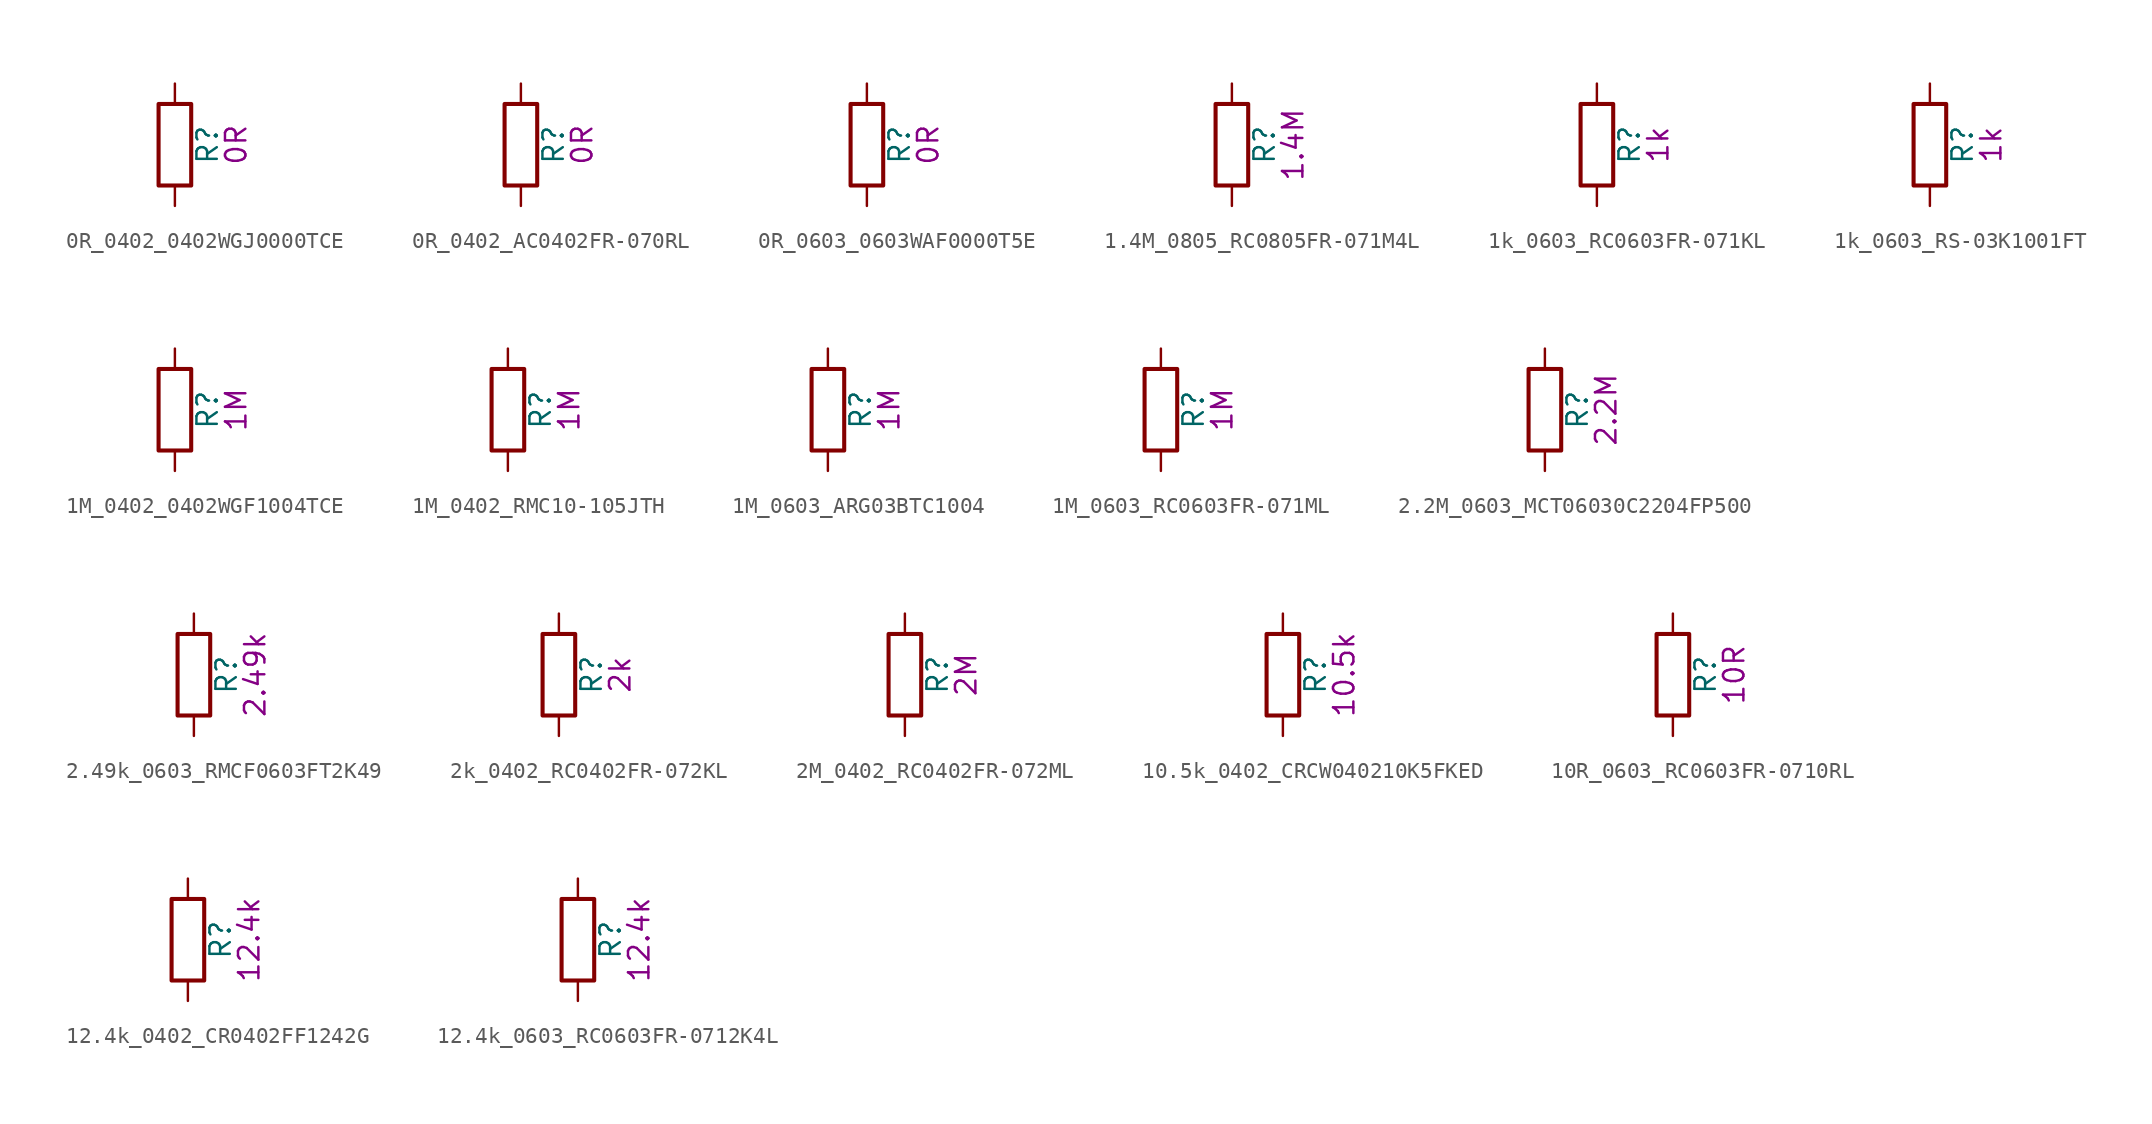
<source format=kicad_sym>
(kicad_symbol_lib
  (version 20231120)
  (generator "kicad_symbol_editor")
  (generator_version "8.0")
  (symbol "0R_0402_0402WGJ0000TCE"
    (pin_numbers hide)
    (pin_names
      (offset 0))
    (property "Reference" "R"
      (at 2.032 0 90)
      (effects (font (size 1.27 1.27))))
    (property "UserValue" "0R"
      (at 3.81 0 90)
      (effects (font (size 1.27 1.27))))
    (symbol "0R_0402_0402WGJ0000TCE_0_1"
      (rectangle (start -1.016 -2.54) (end 1.016 2.54) (stroke (width 0.254) (type default)) (fill (type none))))
    (symbol "0R_0402_0402WGJ0000TCE_1_1"
      (pin passive line (at 0 3.81 270) (length 1.27) (name "~" (effects (font (size 1.27 1.27)))) (number "1" (effects (font (size 1.27 1.27)))))
      (pin passive line (at 0 -3.81 90) (length 1.27) (name "~" (effects (font (size 1.27 1.27)))) (number "2" (effects (font (size 1.27 1.27)))))))
  (symbol "0R_0402_AC0402FR-070RL"
    (pin_numbers hide)
    (pin_names
      (offset 0))
    (property "Reference" "R"
      (at 2.032 0 90)
      (effects (font (size 1.27 1.27))))
    (property "UserValue" "0R"
      (at 3.81 0 90)
      (effects (font (size 1.27 1.27))))
    (symbol "0R_0402_AC0402FR-070RL_0_1"
      (rectangle (start -1.016 -2.54) (end 1.016 2.54) (stroke (width 0.254) (type default)) (fill (type none))))
    (symbol "0R_0402_AC0402FR-070RL_1_1"
      (pin passive line (at 0 3.81 270) (length 1.27) (name "~" (effects (font (size 1.27 1.27)))) (number "1" (effects (font (size 1.27 1.27)))))
      (pin passive line (at 0 -3.81 90) (length 1.27) (name "~" (effects (font (size 1.27 1.27)))) (number "2" (effects (font (size 1.27 1.27)))))))
  (symbol "0R_0603_0603WAF0000T5E"
    (pin_numbers hide)
    (pin_names
      (offset 0))
    (property "Reference" "R"
      (at 2.032 0 90)
      (effects (font (size 1.27 1.27))))
    (property "UserValue" "0R"
      (at 3.81 0 90)
      (effects (font (size 1.27 1.27))))
    (symbol "0R_0603_0603WAF0000T5E_0_1"
      (rectangle (start -1.016 -2.54) (end 1.016 2.54) (stroke (width 0.254) (type default)) (fill (type none))))
    (symbol "0R_0603_0603WAF0000T5E_1_1"
      (pin passive line (at 0 3.81 270) (length 1.27) (name "~" (effects (font (size 1.27 1.27)))) (number "1" (effects (font (size 1.27 1.27)))))
      (pin passive line (at 0 -3.81 90) (length 1.27) (name "~" (effects (font (size 1.27 1.27)))) (number "2" (effects (font (size 1.27 1.27)))))))
  (symbol "1.4M_0805_RC0805FR-071M4L"
    (pin_numbers hide)
    (pin_names
      (offset 0))
    (property "Reference" "R"
      (at 2.032 0 90)
      (effects (font (size 1.27 1.27))))
    (property "UserValue" "1.4M"
      (at 3.81 0 90)
      (effects (font (size 1.27 1.27))))
    (symbol "1.4M_0805_RC0805FR-071M4L_0_1"
      (rectangle (start -1.016 -2.54) (end 1.016 2.54) (stroke (width 0.254) (type default)) (fill (type none))))
    (symbol "1.4M_0805_RC0805FR-071M4L_1_1"
      (pin passive line (at 0 3.81 270) (length 1.27) (name "~" (effects (font (size 1.27 1.27)))) (number "1" (effects (font (size 1.27 1.27)))))
      (pin passive line (at 0 -3.81 90) (length 1.27) (name "~" (effects (font (size 1.27 1.27)))) (number "2" (effects (font (size 1.27 1.27)))))))
  (symbol "1k_0603_RC0603FR-071KL"
    (pin_numbers hide)
    (pin_names
      (offset 0))
    (property "Reference" "R"
      (at 2.032 0 90)
      (effects (font (size 1.27 1.27))))
    (property "UserValue" "1k"
      (at 3.81 0 90)
      (effects (font (size 1.27 1.27))))
    (symbol "1k_0603_RC0603FR-071KL_0_1"
      (rectangle (start -1.016 -2.54) (end 1.016 2.54) (stroke (width 0.254) (type default)) (fill (type none))))
    (symbol "1k_0603_RC0603FR-071KL_1_1"
      (pin passive line (at 0 3.81 270) (length 1.27) (name "~" (effects (font (size 1.27 1.27)))) (number "1" (effects (font (size 1.27 1.27)))))
      (pin passive line (at 0 -3.81 90) (length 1.27) (name "~" (effects (font (size 1.27 1.27)))) (number "2" (effects (font (size 1.27 1.27)))))))
  (symbol "1k_0603_RS-03K1001FT"
    (pin_numbers hide)
    (pin_names
      (offset 0))
    (property "Reference" "R"
      (at 2.032 0 90)
      (effects (font (size 1.27 1.27))))
    (property "UserValue" "1k"
      (at 3.81 0 90)
      (effects (font (size 1.27 1.27))))
    (symbol "1k_0603_RS-03K1001FT_0_1"
      (rectangle (start -1.016 -2.54) (end 1.016 2.54) (stroke (width 0.254) (type default)) (fill (type none))))
    (symbol "1k_0603_RS-03K1001FT_1_1"
      (pin passive line (at 0 3.81 270) (length 1.27) (name "~" (effects (font (size 1.27 1.27)))) (number "1" (effects (font (size 1.27 1.27)))))
      (pin passive line (at 0 -3.81 90) (length 1.27) (name "~" (effects (font (size 1.27 1.27)))) (number "2" (effects (font (size 1.27 1.27)))))))
  (symbol "1M_0402_0402WGF1004TCE"
    (pin_numbers hide)
    (pin_names
      (offset 0))
    (property "Reference" "R"
      (at 2.032 0 90)
      (effects (font (size 1.27 1.27))))
    (property "UserValue" "1M"
      (at 3.81 0 90)
      (effects (font (size 1.27 1.27))))
    (symbol "1M_0402_0402WGF1004TCE_0_1"
      (rectangle (start -1.016 -2.54) (end 1.016 2.54) (stroke (width 0.254) (type default)) (fill (type none))))
    (symbol "1M_0402_0402WGF1004TCE_1_1"
      (pin passive line (at 0 3.81 270) (length 1.27) (name "~" (effects (font (size 1.27 1.27)))) (number "1" (effects (font (size 1.27 1.27)))))
      (pin passive line (at 0 -3.81 90) (length 1.27) (name "~" (effects (font (size 1.27 1.27)))) (number "2" (effects (font (size 1.27 1.27)))))))
  (symbol "1M_0402_RMC10-105JTH"
    (pin_numbers hide)
    (pin_names
      (offset 0))
    (property "Reference" "R"
      (at 2.032 0 90)
      (effects (font (size 1.27 1.27))))
    (property "UserValue" "1M"
      (at 3.81 0 90)
      (effects (font (size 1.27 1.27))))
    (symbol "1M_0402_RMC10-105JTH_0_1"
      (rectangle (start -1.016 -2.54) (end 1.016 2.54) (stroke (width 0.254) (type default)) (fill (type none))))
    (symbol "1M_0402_RMC10-105JTH_1_1"
      (pin passive line (at 0 3.81 270) (length 1.27) (name "~" (effects (font (size 1.27 1.27)))) (number "1" (effects (font (size 1.27 1.27)))))
      (pin passive line (at 0 -3.81 90) (length 1.27) (name "~" (effects (font (size 1.27 1.27)))) (number "2" (effects (font (size 1.27 1.27)))))))
  (symbol "1M_0603_ARG03BTC1004"
    (pin_numbers hide)
    (pin_names
      (offset 0))
    (property "Reference" "R"
      (at 2.032 0 90)
      (effects (font (size 1.27 1.27))))
    (property "UserValue" "1M"
      (at 3.81 0 90)
      (effects (font (size 1.27 1.27))))
    (symbol "1M_0603_ARG03BTC1004_0_1"
      (rectangle (start -1.016 -2.54) (end 1.016 2.54) (stroke (width 0.254) (type default)) (fill (type none))))
    (symbol "1M_0603_ARG03BTC1004_1_1"
      (pin passive line (at 0 3.81 270) (length 1.27) (name "~" (effects (font (size 1.27 1.27)))) (number "1" (effects (font (size 1.27 1.27)))))
      (pin passive line (at 0 -3.81 90) (length 1.27) (name "~" (effects (font (size 1.27 1.27)))) (number "2" (effects (font (size 1.27 1.27)))))))
  (symbol "1M_0603_RC0603FR-071ML"
    (pin_numbers hide)
    (pin_names
      (offset 0))
    (property "Reference" "R"
      (at 2.032 0 90)
      (effects (font (size 1.27 1.27))))
    (property "UserValue" "1M"
      (at 3.81 0 90)
      (effects (font (size 1.27 1.27))))
    (symbol "1M_0603_RC0603FR-071ML_0_1"
      (rectangle (start -1.016 -2.54) (end 1.016 2.54) (stroke (width 0.254) (type default)) (fill (type none))))
    (symbol "1M_0603_RC0603FR-071ML_1_1"
      (pin passive line (at 0 3.81 270) (length 1.27) (name "~" (effects (font (size 1.27 1.27)))) (number "1" (effects (font (size 1.27 1.27)))))
      (pin passive line (at 0 -3.81 90) (length 1.27) (name "~" (effects (font (size 1.27 1.27)))) (number "2" (effects (font (size 1.27 1.27)))))))
  (symbol "2.2M_0603_MCT06030C2204FP500"
    (pin_numbers hide)
    (pin_names
      (offset 0))
    (property "Reference" "R"
      (at 2.032 0 90)
      (effects (font (size 1.27 1.27))))
    (property "UserValue" "2.2M"
      (at 3.81 0 90)
      (effects (font (size 1.27 1.27))))
    (symbol "2.2M_0603_MCT06030C2204FP500_0_1"
      (rectangle (start -1.016 -2.54) (end 1.016 2.54) (stroke (width 0.254) (type default)) (fill (type none))))
    (symbol "2.2M_0603_MCT06030C2204FP500_1_1"
      (pin passive line (at 0 3.81 270) (length 1.27) (name "~" (effects (font (size 1.27 1.27)))) (number "1" (effects (font (size 1.27 1.27)))))
      (pin passive line (at 0 -3.81 90) (length 1.27) (name "~" (effects (font (size 1.27 1.27)))) (number "2" (effects (font (size 1.27 1.27)))))))
  (symbol "2.49k_0603_RMCF0603FT2K49"
    (pin_numbers hide)
    (pin_names
      (offset 0))
    (property "Reference" "R"
      (at 2.032 0 90)
      (effects (font (size 1.27 1.27))))
    (property "UserValue" "2.49k"
      (at 3.81 0 90)
      (effects (font (size 1.27 1.27))))
    (symbol "2.49k_0603_RMCF0603FT2K49_0_1"
      (rectangle (start -1.016 -2.54) (end 1.016 2.54) (stroke (width 0.254) (type default)) (fill (type none))))
    (symbol "2.49k_0603_RMCF0603FT2K49_1_1"
      (pin passive line (at 0 3.81 270) (length 1.27) (name "~" (effects (font (size 1.27 1.27)))) (number "1" (effects (font (size 1.27 1.27)))))
      (pin passive line (at 0 -3.81 90) (length 1.27) (name "~" (effects (font (size 1.27 1.27)))) (number "2" (effects (font (size 1.27 1.27)))))))
  (symbol "2k_0402_RC0402FR-072KL"
    (pin_numbers hide)
    (pin_names
      (offset 0))
    (property "Reference" "R"
      (at 2.032 0 90)
      (effects (font (size 1.27 1.27))))
    (property "UserValue" "2k"
      (at 3.81 0 90)
      (effects (font (size 1.27 1.27))))
    (symbol "2k_0402_RC0402FR-072KL_0_1"
      (rectangle (start -1.016 -2.54) (end 1.016 2.54) (stroke (width 0.254) (type default)) (fill (type none))))
    (symbol "2k_0402_RC0402FR-072KL_1_1"
      (pin passive line (at 0 3.81 270) (length 1.27) (name "~" (effects (font (size 1.27 1.27)))) (number "1" (effects (font (size 1.27 1.27)))))
      (pin passive line (at 0 -3.81 90) (length 1.27) (name "~" (effects (font (size 1.27 1.27)))) (number "2" (effects (font (size 1.27 1.27)))))))
  (symbol "2M_0402_RC0402FR-072ML"
    (pin_numbers hide)
    (pin_names
      (offset 0))
    (property "Reference" "R"
      (at 2.032 0 90)
      (effects (font (size 1.27 1.27))))
    (property "UserValue" "2M"
      (at 3.81 0 90)
      (effects (font (size 1.27 1.27))))
    (symbol "2M_0402_RC0402FR-072ML_0_1"
      (rectangle (start -1.016 -2.54) (end 1.016 2.54) (stroke (width 0.254) (type default)) (fill (type none))))
    (symbol "2M_0402_RC0402FR-072ML_1_1"
      (pin passive line (at 0 3.81 270) (length 1.27) (name "~" (effects (font (size 1.27 1.27)))) (number "1" (effects (font (size 1.27 1.27)))))
      (pin passive line (at 0 -3.81 90) (length 1.27) (name "~" (effects (font (size 1.27 1.27)))) (number "2" (effects (font (size 1.27 1.27)))))))
  (symbol "10.5k_0402_CRCW040210K5FKED"
    (pin_numbers hide)
    (pin_names
      (offset 0))
    (property "Reference" "R"
      (at 2.032 0 90)
      (effects (font (size 1.27 1.27))))
    (property "UserValue" "10.5k"
      (at 3.81 0 90)
      (effects (font (size 1.27 1.27))))
    (symbol "10.5k_0402_CRCW040210K5FKED_0_1"
      (rectangle (start -1.016 -2.54) (end 1.016 2.54) (stroke (width 0.254) (type default)) (fill (type none))))
    (symbol "10.5k_0402_CRCW040210K5FKED_1_1"
      (pin passive line (at 0 3.81 270) (length 1.27) (name "~" (effects (font (size 1.27 1.27)))) (number "1" (effects (font (size 1.27 1.27)))))
      (pin passive line (at 0 -3.81 90) (length 1.27) (name "~" (effects (font (size 1.27 1.27)))) (number "2" (effects (font (size 1.27 1.27)))))))
  (symbol "10R_0603_RC0603FR-0710RL"
    (pin_numbers hide)
    (pin_names
      (offset 0))
    (property "Reference" "R"
      (at 2.032 0 90)
      (effects (font (size 1.27 1.27))))
    (property "UserValue" "10R"
      (at 3.81 0 90)
      (effects (font (size 1.27 1.27))))
    (symbol "10R_0603_RC0603FR-0710RL_0_1"
      (rectangle (start -1.016 -2.54) (end 1.016 2.54) (stroke (width 0.254) (type default)) (fill (type none))))
    (symbol "10R_0603_RC0603FR-0710RL_1_1"
      (pin passive line (at 0 3.81 270) (length 1.27) (name "~" (effects (font (size 1.27 1.27)))) (number "1" (effects (font (size 1.27 1.27)))))
      (pin passive line (at 0 -3.81 90) (length 1.27) (name "~" (effects (font (size 1.27 1.27)))) (number "2" (effects (font (size 1.27 1.27)))))))
  (symbol "12.4k_0402_CR0402FF1242G"
    (pin_numbers hide)
    (pin_names
      (offset 0))
    (property "Reference" "R"
      (at 2.032 0 90)
      (effects (font (size 1.27 1.27))))
    (property "UserValue" "12.4k"
      (at 3.81 0 90)
      (effects (font (size 1.27 1.27))))
    (symbol "12.4k_0402_CR0402FF1242G_0_1"
      (rectangle (start -1.016 -2.54) (end 1.016 2.54) (stroke (width 0.254) (type default)) (fill (type none))))
    (symbol "12.4k_0402_CR0402FF1242G_1_1"
      (pin passive line (at 0 3.81 270) (length 1.27) (name "~" (effects (font (size 1.27 1.27)))) (number "1" (effects (font (size 1.27 1.27)))))
      (pin passive line (at 0 -3.81 90) (length 1.27) (name "~" (effects (font (size 1.27 1.27)))) (number "2" (effects (font (size 1.27 1.27)))))))
  (symbol "12.4k_0603_RC0603FR-0712K4L"
    (pin_numbers hide)
    (pin_names
      (offset 0))
    (property "Reference" "R"
      (at 2.032 0 90)
      (effects (font (size 1.27 1.27))))
    (property "UserValue" "12.4k"
      (at 3.81 0 90)
      (effects (font (size 1.27 1.27))))
    (symbol "12.4k_0603_RC0603FR-0712K4L_0_1"
      (rectangle (start -1.016 -2.54) (end 1.016 2.54) (stroke (width 0.254) (type default)) (fill (type none))))
    (symbol "12.4k_0603_RC0603FR-0712K4L_1_1"
      (pin passive line (at 0 3.81 270) (length 1.27) (name "~" (effects (font (size 1.27 1.27)))) (number "1" (effects (font (size 1.27 1.27)))))
      (pin passive line (at 0 -3.81 90) (length 1.27) (name "~" (effects (font (size 1.27 1.27)))) (number "2" (effects (font (size 1.27 1.27))))))))
</source>
